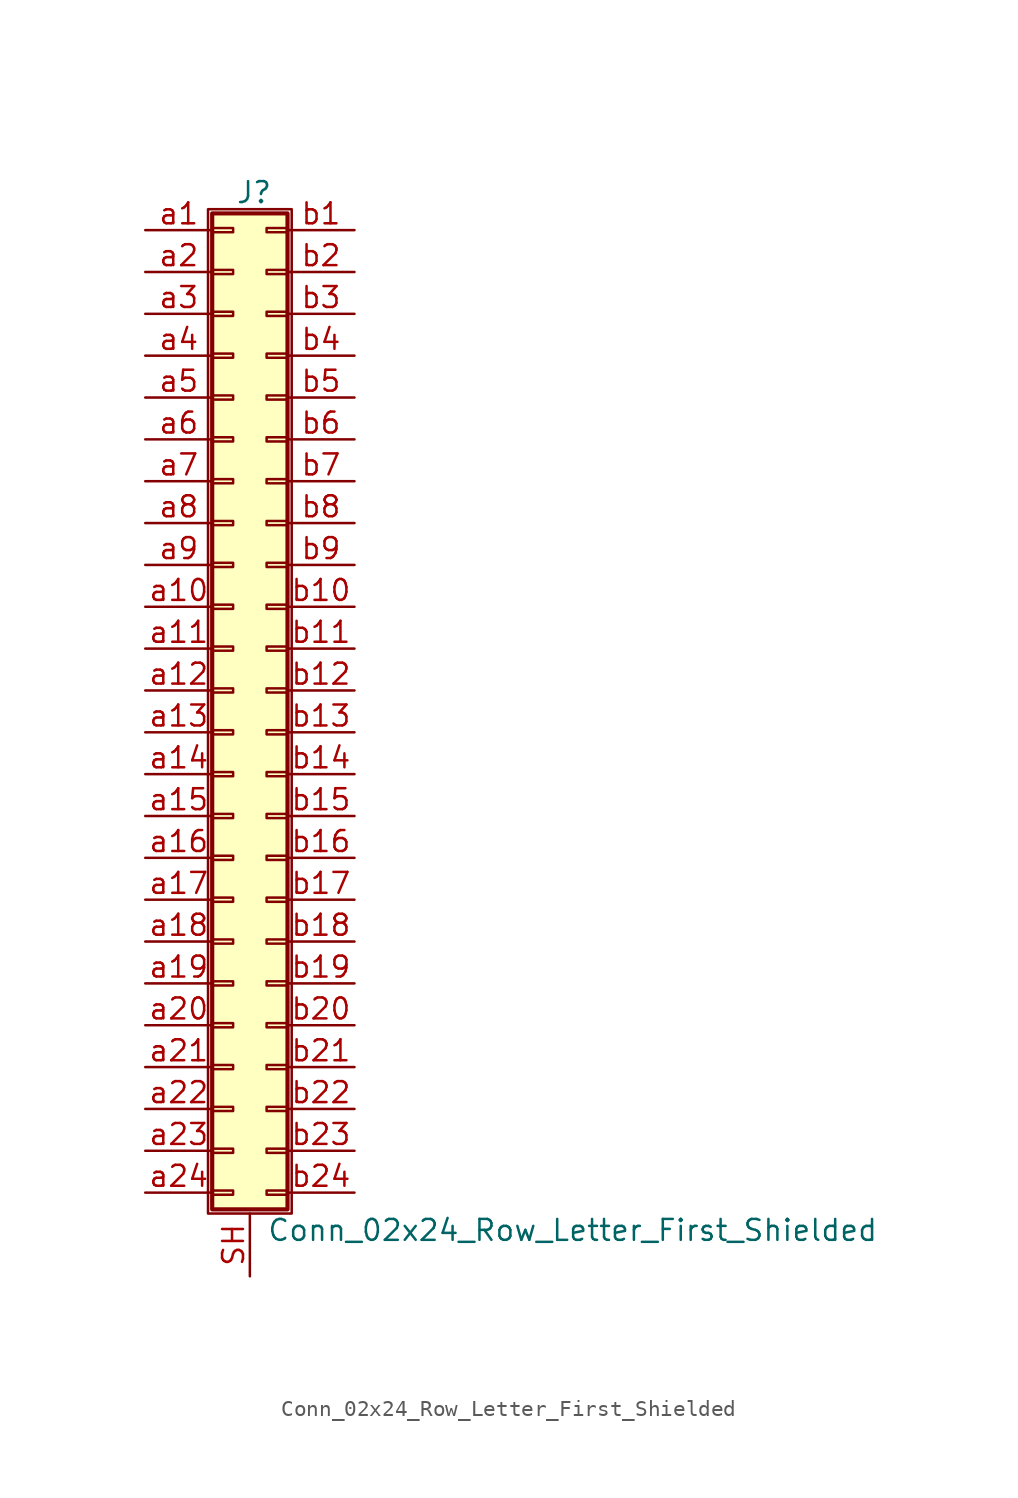
<source format=kicad_sym>
(kicad_symbol_lib
  (version 20201005)
  (generator kicad_symbol_editor)
  (symbol "Conn_02x24_Row_Letter_First_Shielded"
    (pin_names
      (offset 1.016) hide)
    (property "Reference" "J"
      (at 1.524 30.226 0)
      (effects (font (size 1.27 1.27))))
    (property "Value" "Conn_02x24_Row_Letter_First_Shielded"
      (at 2.286 -32.766 0)
      (effects (font (size 1.27 1.27)) (justify left)))
    (symbol "Conn_02x24_Row_Letter_First_Shielded_1_1"
      (rectangle (start -1.27 29.21) (end 3.81 -31.75) (stroke (width 0.152)) (fill (type none)))
      (rectangle (start -1.016 -30.353) (end 0.254 -30.607) (stroke (width 0.152)) (fill (type none)))
      (rectangle (start -1.016 -27.813) (end 0.254 -28.067) (stroke (width 0.152)) (fill (type none)))
      (rectangle (start -1.016 -25.273) (end 0.254 -25.527) (stroke (width 0.152)) (fill (type none)))
      (rectangle (start -1.016 -22.733) (end 0.254 -22.987) (stroke (width 0.152)) (fill (type none)))
      (rectangle (start -1.016 -20.193) (end 0.254 -20.447) (stroke (width 0.152)) (fill (type none)))
      (rectangle (start -1.016 -17.653) (end 0.254 -17.907) (stroke (width 0.152)) (fill (type none)))
      (rectangle (start -1.016 -15.113) (end 0.254 -15.367) (stroke (width 0.152)) (fill (type none)))
      (rectangle (start -1.016 -12.573) (end 0.254 -12.827) (stroke (width 0.152)) (fill (type none)))
      (rectangle (start -1.016 -10.033) (end 0.254 -10.287) (stroke (width 0.152)) (fill (type none)))
      (rectangle (start -1.016 -7.493) (end 0.254 -7.747) (stroke (width 0.152)) (fill (type none)))
      (rectangle (start -1.016 -4.953) (end 0.254 -5.207) (stroke (width 0.152)) (fill (type none)))
      (rectangle (start -1.016 -2.413) (end 0.254 -2.667) (stroke (width 0.152)) (fill (type none)))
      (rectangle (start -1.016 0.127) (end 0.254 -0.127) (stroke (width 0.152)) (fill (type none)))
      (rectangle (start -1.016 2.667) (end 0.254 2.413) (stroke (width 0.152)) (fill (type none)))
      (rectangle (start -1.016 5.207) (end 0.254 4.953) (stroke (width 0.152)) (fill (type none)))
      (rectangle (start -1.016 7.747) (end 0.254 7.493) (stroke (width 0.152)) (fill (type none)))
      (rectangle (start -1.016 10.287) (end 0.254 10.033) (stroke (width 0.152)) (fill (type none)))
      (rectangle (start -1.016 12.827) (end 0.254 12.573) (stroke (width 0.152)) (fill (type none)))
      (rectangle (start -1.016 15.367) (end 0.254 15.113) (stroke (width 0.152)) (fill (type none)))
      (rectangle (start -1.016 17.907) (end 0.254 17.653) (stroke (width 0.152)) (fill (type none)))
      (rectangle (start -1.016 20.447) (end 0.254 20.193) (stroke (width 0.152)) (fill (type none)))
      (rectangle (start -1.016 22.987) (end 0.254 22.733) (stroke (width 0.152)) (fill (type none)))
      (rectangle (start -1.016 25.527) (end 0.254 25.273) (stroke (width 0.152)) (fill (type none)))
      (rectangle (start -1.016 28.067) (end 0.254 27.813) (stroke (width 0.152)) (fill (type none)))
      (rectangle (start 3.556 -30.353) (end 2.286 -30.607) (stroke (width 0.152)) (fill (type none)))
      (rectangle (start 3.556 -27.813) (end 2.286 -28.067) (stroke (width 0.152)) (fill (type none)))
      (rectangle (start 3.556 -25.273) (end 2.286 -25.527) (stroke (width 0.152)) (fill (type none)))
      (rectangle (start 3.556 -22.733) (end 2.286 -22.987) (stroke (width 0.152)) (fill (type none)))
      (rectangle (start 3.556 -20.193) (end 2.286 -20.447) (stroke (width 0.152)) (fill (type none)))
      (rectangle (start 3.556 -17.653) (end 2.286 -17.907) (stroke (width 0.152)) (fill (type none)))
      (rectangle (start 3.556 -15.113) (end 2.286 -15.367) (stroke (width 0.152)) (fill (type none)))
      (rectangle (start 3.556 -12.573) (end 2.286 -12.827) (stroke (width 0.152)) (fill (type none)))
      (rectangle (start 3.556 -10.033) (end 2.286 -10.287) (stroke (width 0.152)) (fill (type none)))
      (rectangle (start 3.556 -7.493) (end 2.286 -7.747) (stroke (width 0.152)) (fill (type none)))
      (rectangle (start 3.556 -4.953) (end 2.286 -5.207) (stroke (width 0.152)) (fill (type none)))
      (rectangle (start 3.556 -2.413) (end 2.286 -2.667) (stroke (width 0.152)) (fill (type none)))
      (rectangle (start 3.556 0.127) (end 2.286 -0.127) (stroke (width 0.152)) (fill (type none)))
      (rectangle (start 3.556 2.667) (end 2.286 2.413) (stroke (width 0.152)) (fill (type none)))
      (rectangle (start 3.556 5.207) (end 2.286 4.953) (stroke (width 0.152)) (fill (type none)))
      (rectangle (start 3.556 7.747) (end 2.286 7.493) (stroke (width 0.152)) (fill (type none)))
      (rectangle (start 3.556 10.287) (end 2.286 10.033) (stroke (width 0.152)) (fill (type none)))
      (rectangle (start 3.556 12.827) (end 2.286 12.573) (stroke (width 0.152)) (fill (type none)))
      (rectangle (start 3.556 15.367) (end 2.286 15.113) (stroke (width 0.152)) (fill (type none)))
      (rectangle (start 3.556 17.907) (end 2.286 17.653) (stroke (width 0.152)) (fill (type none)))
      (rectangle (start 3.556 20.447) (end 2.286 20.193) (stroke (width 0.152)) (fill (type none)))
      (rectangle (start 3.556 22.987) (end 2.286 22.733) (stroke (width 0.152)) (fill (type none)))
      (rectangle (start 3.556 25.527) (end 2.286 25.273) (stroke (width 0.152)) (fill (type none)))
      (rectangle (start 3.556 28.067) (end 2.286 27.813) (stroke (width 0.152)) (fill (type none)))
      (rectangle (start -1.016 28.956) (end 3.556 -31.496) (stroke (width 0.254)) (fill (type background)))
      (pin passive line (at 1.27 -35.56 90) (length 3.81) (name "Shield" (effects (font (size 1.27 1.27)))) (number "SH" (effects (font (size 1.27 1.27)))))
      (pin passive line (at -5.08 27.94 0) (length 4.064) (name "Pin_a1" (effects (font (size 1.27 1.27)))) (number "a1" (effects (font (size 1.27 1.27)))))
      (pin passive line (at -5.08 5.08 0) (length 4.064) (name "Pin_a10" (effects (font (size 1.27 1.27)))) (number "a10" (effects (font (size 1.27 1.27)))))
      (pin passive line (at -5.08 2.54 0) (length 4.064) (name "Pin_a11" (effects (font (size 1.27 1.27)))) (number "a11" (effects (font (size 1.27 1.27)))))
      (pin passive line (at -5.08 0 0) (length 4.064) (name "Pin_a12" (effects (font (size 1.27 1.27)))) (number "a12" (effects (font (size 1.27 1.27)))))
      (pin passive line (at -5.08 -2.54 0) (length 4.064) (name "Pin_a13" (effects (font (size 1.27 1.27)))) (number "a13" (effects (font (size 1.27 1.27)))))
      (pin passive line (at -5.08 -5.08 0) (length 4.064) (name "Pin_a14" (effects (font (size 1.27 1.27)))) (number "a14" (effects (font (size 1.27 1.27)))))
      (pin passive line (at -5.08 -7.62 0) (length 4.064) (name "Pin_a15" (effects (font (size 1.27 1.27)))) (number "a15" (effects (font (size 1.27 1.27)))))
      (pin passive line (at -5.08 -10.16 0) (length 4.064) (name "Pin_a16" (effects (font (size 1.27 1.27)))) (number "a16" (effects (font (size 1.27 1.27)))))
      (pin passive line (at -5.08 -12.7 0) (length 4.064) (name "Pin_a17" (effects (font (size 1.27 1.27)))) (number "a17" (effects (font (size 1.27 1.27)))))
      (pin passive line (at -5.08 -15.24 0) (length 4.064) (name "Pin_a18" (effects (font (size 1.27 1.27)))) (number "a18" (effects (font (size 1.27 1.27)))))
      (pin passive line (at -5.08 -17.78 0) (length 4.064) (name "Pin_a19" (effects (font (size 1.27 1.27)))) (number "a19" (effects (font (size 1.27 1.27)))))
      (pin passive line (at -5.08 25.4 0) (length 4.064) (name "Pin_a2" (effects (font (size 1.27 1.27)))) (number "a2" (effects (font (size 1.27 1.27)))))
      (pin passive line (at -5.08 -20.32 0) (length 4.064) (name "Pin_a20" (effects (font (size 1.27 1.27)))) (number "a20" (effects (font (size 1.27 1.27)))))
      (pin passive line (at -5.08 -22.86 0) (length 4.064) (name "Pin_a21" (effects (font (size 1.27 1.27)))) (number "a21" (effects (font (size 1.27 1.27)))))
      (pin passive line (at -5.08 -25.4 0) (length 4.064) (name "Pin_a22" (effects (font (size 1.27 1.27)))) (number "a22" (effects (font (size 1.27 1.27)))))
      (pin passive line (at -5.08 -27.94 0) (length 4.064) (name "Pin_a23" (effects (font (size 1.27 1.27)))) (number "a23" (effects (font (size 1.27 1.27)))))
      (pin passive line (at -5.08 -30.48 0) (length 4.064) (name "Pin_a24" (effects (font (size 1.27 1.27)))) (number "a24" (effects (font (size 1.27 1.27)))))
      (pin passive line (at -5.08 22.86 0) (length 4.064) (name "Pin_a3" (effects (font (size 1.27 1.27)))) (number "a3" (effects (font (size 1.27 1.27)))))
      (pin passive line (at -5.08 20.32 0) (length 4.064) (name "Pin_a4" (effects (font (size 1.27 1.27)))) (number "a4" (effects (font (size 1.27 1.27)))))
      (pin passive line (at -5.08 17.78 0) (length 4.064) (name "Pin_a5" (effects (font (size 1.27 1.27)))) (number "a5" (effects (font (size 1.27 1.27)))))
      (pin passive line (at -5.08 15.24 0) (length 4.064) (name "Pin_a6" (effects (font (size 1.27 1.27)))) (number "a6" (effects (font (size 1.27 1.27)))))
      (pin passive line (at -5.08 12.7 0) (length 4.064) (name "Pin_a7" (effects (font (size 1.27 1.27)))) (number "a7" (effects (font (size 1.27 1.27)))))
      (pin passive line (at -5.08 10.16 0) (length 4.064) (name "Pin_a8" (effects (font (size 1.27 1.27)))) (number "a8" (effects (font (size 1.27 1.27)))))
      (pin passive line (at -5.08 7.62 0) (length 4.064) (name "Pin_a9" (effects (font (size 1.27 1.27)))) (number "a9" (effects (font (size 1.27 1.27)))))
      (pin passive line (at 7.62 27.94 180) (length 4.064) (name "Pin_b1" (effects (font (size 1.27 1.27)))) (number "b1" (effects (font (size 1.27 1.27)))))
      (pin passive line (at 7.62 5.08 180) (length 4.064) (name "Pin_b10" (effects (font (size 1.27 1.27)))) (number "b10" (effects (font (size 1.27 1.27)))))
      (pin passive line (at 7.62 2.54 180) (length 4.064) (name "Pin_b11" (effects (font (size 1.27 1.27)))) (number "b11" (effects (font (size 1.27 1.27)))))
      (pin passive line (at 7.62 0 180) (length 4.064) (name "Pin_b12" (effects (font (size 1.27 1.27)))) (number "b12" (effects (font (size 1.27 1.27)))))
      (pin passive line (at 7.62 -2.54 180) (length 4.064) (name "Pin_b13" (effects (font (size 1.27 1.27)))) (number "b13" (effects (font (size 1.27 1.27)))))
      (pin passive line (at 7.62 -5.08 180) (length 4.064) (name "Pin_b14" (effects (font (size 1.27 1.27)))) (number "b14" (effects (font (size 1.27 1.27)))))
      (pin passive line (at 7.62 -7.62 180) (length 4.064) (name "Pin_b15" (effects (font (size 1.27 1.27)))) (number "b15" (effects (font (size 1.27 1.27)))))
      (pin passive line (at 7.62 -10.16 180) (length 4.064) (name "Pin_b16" (effects (font (size 1.27 1.27)))) (number "b16" (effects (font (size 1.27 1.27)))))
      (pin passive line (at 7.62 -12.7 180) (length 4.064) (name "Pin_b17" (effects (font (size 1.27 1.27)))) (number "b17" (effects (font (size 1.27 1.27)))))
      (pin passive line (at 7.62 -15.24 180) (length 4.064) (name "Pin_b18" (effects (font (size 1.27 1.27)))) (number "b18" (effects (font (size 1.27 1.27)))))
      (pin passive line (at 7.62 -17.78 180) (length 4.064) (name "Pin_b19" (effects (font (size 1.27 1.27)))) (number "b19" (effects (font (size 1.27 1.27)))))
      (pin passive line (at 7.62 25.4 180) (length 4.064) (name "Pin_b2" (effects (font (size 1.27 1.27)))) (number "b2" (effects (font (size 1.27 1.27)))))
      (pin passive line (at 7.62 -20.32 180) (length 4.064) (name "Pin_b20" (effects (font (size 1.27 1.27)))) (number "b20" (effects (font (size 1.27 1.27)))))
      (pin passive line (at 7.62 -22.86 180) (length 4.064) (name "Pin_b21" (effects (font (size 1.27 1.27)))) (number "b21" (effects (font (size 1.27 1.27)))))
      (pin passive line (at 7.62 -25.4 180) (length 4.064) (name "Pin_b22" (effects (font (size 1.27 1.27)))) (number "b22" (effects (font (size 1.27 1.27)))))
      (pin passive line (at 7.62 -27.94 180) (length 4.064) (name "Pin_b23" (effects (font (size 1.27 1.27)))) (number "b23" (effects (font (size 1.27 1.27)))))
      (pin passive line (at 7.62 -30.48 180) (length 4.064) (name "Pin_b24" (effects (font (size 1.27 1.27)))) (number "b24" (effects (font (size 1.27 1.27)))))
      (pin passive line (at 7.62 22.86 180) (length 4.064) (name "Pin_b3" (effects (font (size 1.27 1.27)))) (number "b3" (effects (font (size 1.27 1.27)))))
      (pin passive line (at 7.62 20.32 180) (length 4.064) (name "Pin_b4" (effects (font (size 1.27 1.27)))) (number "b4" (effects (font (size 1.27 1.27)))))
      (pin passive line (at 7.62 17.78 180) (length 4.064) (name "Pin_b5" (effects (font (size 1.27 1.27)))) (number "b5" (effects (font (size 1.27 1.27)))))
      (pin passive line (at 7.62 15.24 180) (length 4.064) (name "Pin_b6" (effects (font (size 1.27 1.27)))) (number "b6" (effects (font (size 1.27 1.27)))))
      (pin passive line (at 7.62 12.7 180) (length 4.064) (name "Pin_b7" (effects (font (size 1.27 1.27)))) (number "b7" (effects (font (size 1.27 1.27)))))
      (pin passive line (at 7.62 10.16 180) (length 4.064) (name "Pin_b8" (effects (font (size 1.27 1.27)))) (number "b8" (effects (font (size 1.27 1.27)))))
      (pin passive line (at 7.62 7.62 180) (length 4.064) (name "Pin_b9" (effects (font (size 1.27 1.27)))) (number "b9" (effects (font (size 1.27 1.27))))))))
</source>
